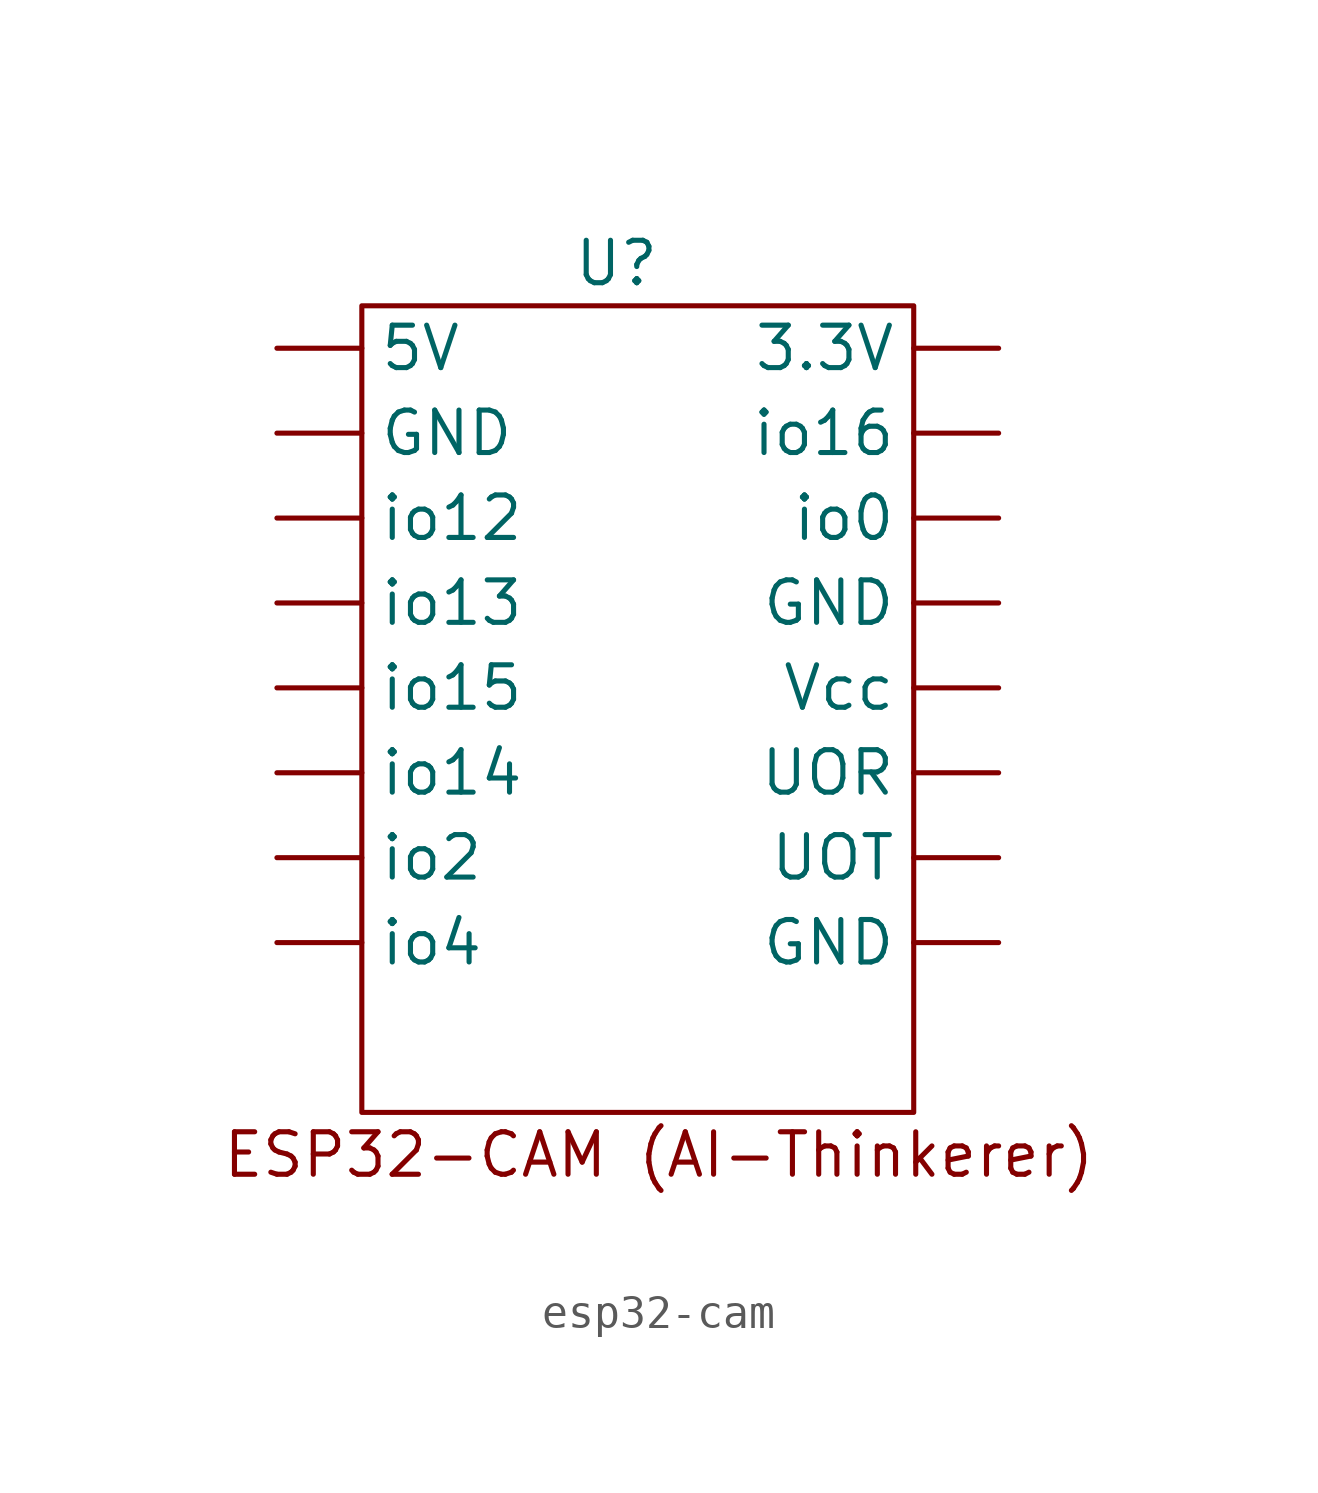
<source format=kicad_sym>
(kicad_symbol_lib
  (version 20220914)
  (generator kicad_symbol_editor)
  (symbol "esp32-cam"
    (property "Reference" "U"
      (at 3.81 0 0)
      (effects (font (size 1.27 1.27))))
    (property "Value" ""
      (at 0 0 0)
      (effects (font (size 1.27 1.27))))
    (symbol "esp32-cam_0_1"
      (rectangle (start -3.81 -1.27) (end 12.7 -25.4) (stroke (width 0) (type default)) (fill (type none))))
    (symbol "esp32-cam_1_1"
      (text "ESP32-CAM (AI-Thinkerer)" (at 5.08 -26.67 0) (effects (font (size 1.27 1.27))))
      (pin input line (at 15.24 -2.54 180) (length 2.54) (name "3.3V" (effects (font (size 1.27 1.27)))) (number "" (effects (font (size 1.27 1.27)))))
      (pin power_in line (at -6.35 -2.54 0) (length 2.54) (name "5V" (effects (font (size 1.27 1.27)))) (number "" (effects (font (size 1.27 1.27)))))
      (pin power_in line (at -6.35 -5.08 0) (length 2.54) (name "GND" (effects (font (size 1.27 1.27)))) (number "" (effects (font (size 1.27 1.27)))))
      (pin power_in line (at 15.24 -20.32 180) (length 2.54) (name "GND" (effects (font (size 1.27 1.27)))) (number "" (effects (font (size 1.27 1.27)))))
      (pin power_in line (at 15.24 -10.16 180) (length 2.54) (name "GND" (effects (font (size 1.27 1.27)))) (number "" (effects (font (size 1.27 1.27)))))
      (pin input line (at 15.24 -15.24 180) (length 2.54) (name "UOR" (effects (font (size 1.27 1.27)))) (number "" (effects (font (size 1.27 1.27)))))
      (pin output line (at 15.24 -17.78 180) (length 2.54) (name "UOT" (effects (font (size 1.27 1.27)))) (number "" (effects (font (size 1.27 1.27)))))
      (pin power_in line (at 15.24 -12.7 180) (length 2.54) (name "Vcc" (effects (font (size 1.27 1.27)))) (number "" (effects (font (size 1.27 1.27)))))
      (pin bidirectional line (at 15.24 -7.62 180) (length 2.54) (name "io0" (effects (font (size 1.27 1.27)))) (number "" (effects (font (size 1.27 1.27)))))
      (pin bidirectional line (at -6.35 -7.62 0) (length 2.54) (name "io12" (effects (font (size 1.27 1.27)))) (number "" (effects (font (size 1.27 1.27)))))
      (pin bidirectional line (at -6.35 -10.16 0) (length 2.54) (name "io13" (effects (font (size 1.27 1.27)))) (number "" (effects (font (size 1.27 1.27)))))
      (pin bidirectional line (at -6.35 -15.24 0) (length 2.54) (name "io14" (effects (font (size 1.27 1.27)))) (number "" (effects (font (size 1.27 1.27)))))
      (pin bidirectional line (at -6.35 -12.7 0) (length 2.54) (name "io15" (effects (font (size 1.27 1.27)))) (number "" (effects (font (size 1.27 1.27)))))
      (pin bidirectional line (at 15.24 -5.08 180) (length 2.54) (name "io16" (effects (font (size 1.27 1.27)))) (number "" (effects (font (size 1.27 1.27)))))
      (pin bidirectional line (at -6.35 -17.78 0) (length 2.54) (name "io2" (effects (font (size 1.27 1.27)))) (number "" (effects (font (size 1.27 1.27)))))
      (pin bidirectional line (at -6.35 -20.32 0) (length 2.54) (name "io4" (effects (font (size 1.27 1.27)))) (number "" (effects (font (size 1.27 1.27))))))))
</source>
